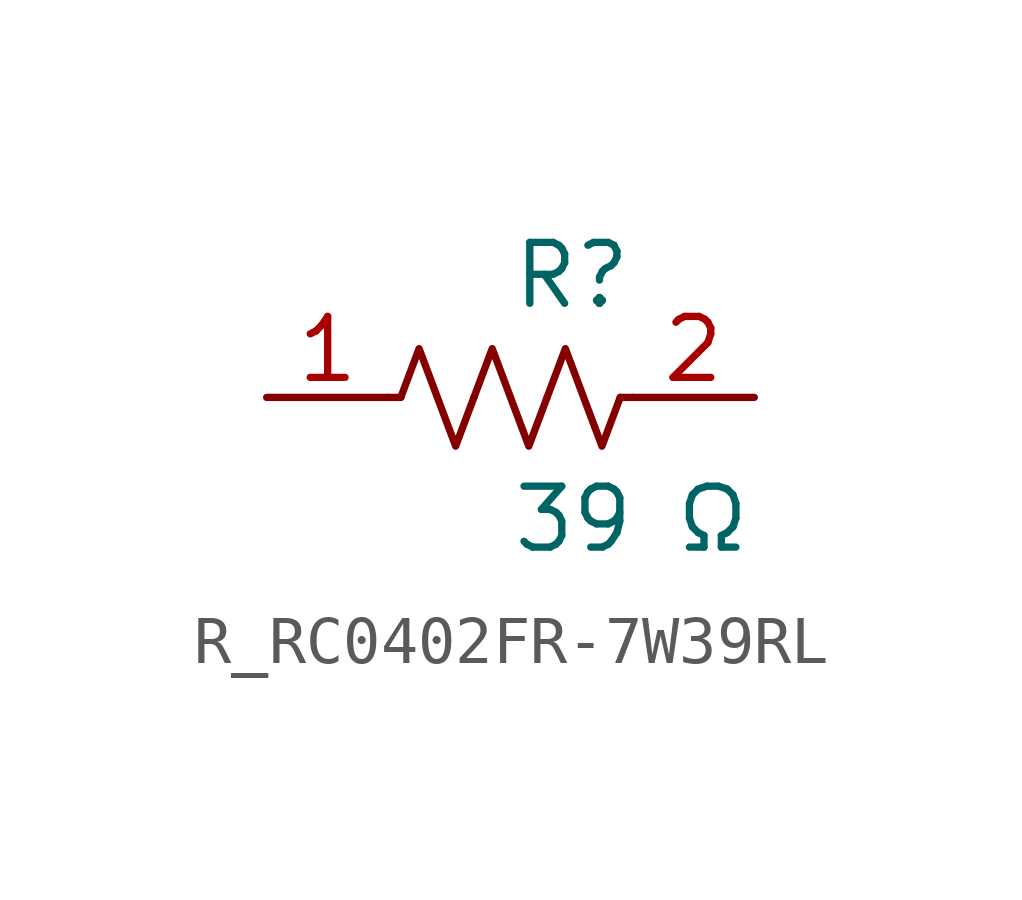
<source format=kicad_sym>
(kicad_symbol_lib
  (version 20231120)
  (generator kicad_symbol_editor)
  (generator_version 8.0)
  (symbol "R_RC0402FR-7W39RL"
    (pin_names
      (offset 0.254))
    (property "Reference" "R"
      (at 0 2.54 0)
      (effects (font (size 1.27 1.27)) (justify left)))
    (property "Value" "39 Ω"
      (at 0 -2.54 0)
      (effects (font (size 1.27 1.27)) (justify left)))
    (symbol "R_RC0402FR-7W39RL_0_1"
      (polyline (pts (xy 2.286 0) (xy 2.54 0)) (stroke (width 0) (type default)) (fill (type none)))
      (polyline (pts (xy -2.286 0) (xy -2.54 0)) (stroke (width 0) (type default)) (fill (type none)))
      (polyline (pts (xy 0.762 0) (xy 1.143 1.016) (xy 1.524 0) (xy 1.905 -1.016) (xy 2.286 0)) (stroke (width 0) (type default)) (fill (type none)))
      (polyline (pts (xy -0.762 0) (xy -0.381 1.016) (xy 0 0) (xy 0.381 -1.016) (xy 0.762 0)) (stroke (width 0) (type default)) (fill (type none)))
      (polyline (pts (xy -2.286 0) (xy -1.905 1.016) (xy -1.524 0) (xy -1.143 -1.016) (xy -0.762 0)) (stroke (width 0) (type default)) (fill (type none))))
    (pin passive line
      (at -5.08 0 0)
      (length 2.54)
      (name "" (effects (font (size 1.27 1.27))))
      (number "1" (effects (font (size 1.27 1.27)))))
    (pin passive line
      (at 5.08 0 180)
      (length 2.54)
      (name "" (effects (font (size 1.27 1.27))))
      (number "2" (effects (font (size 1.27 1.27)))))))
</source>
